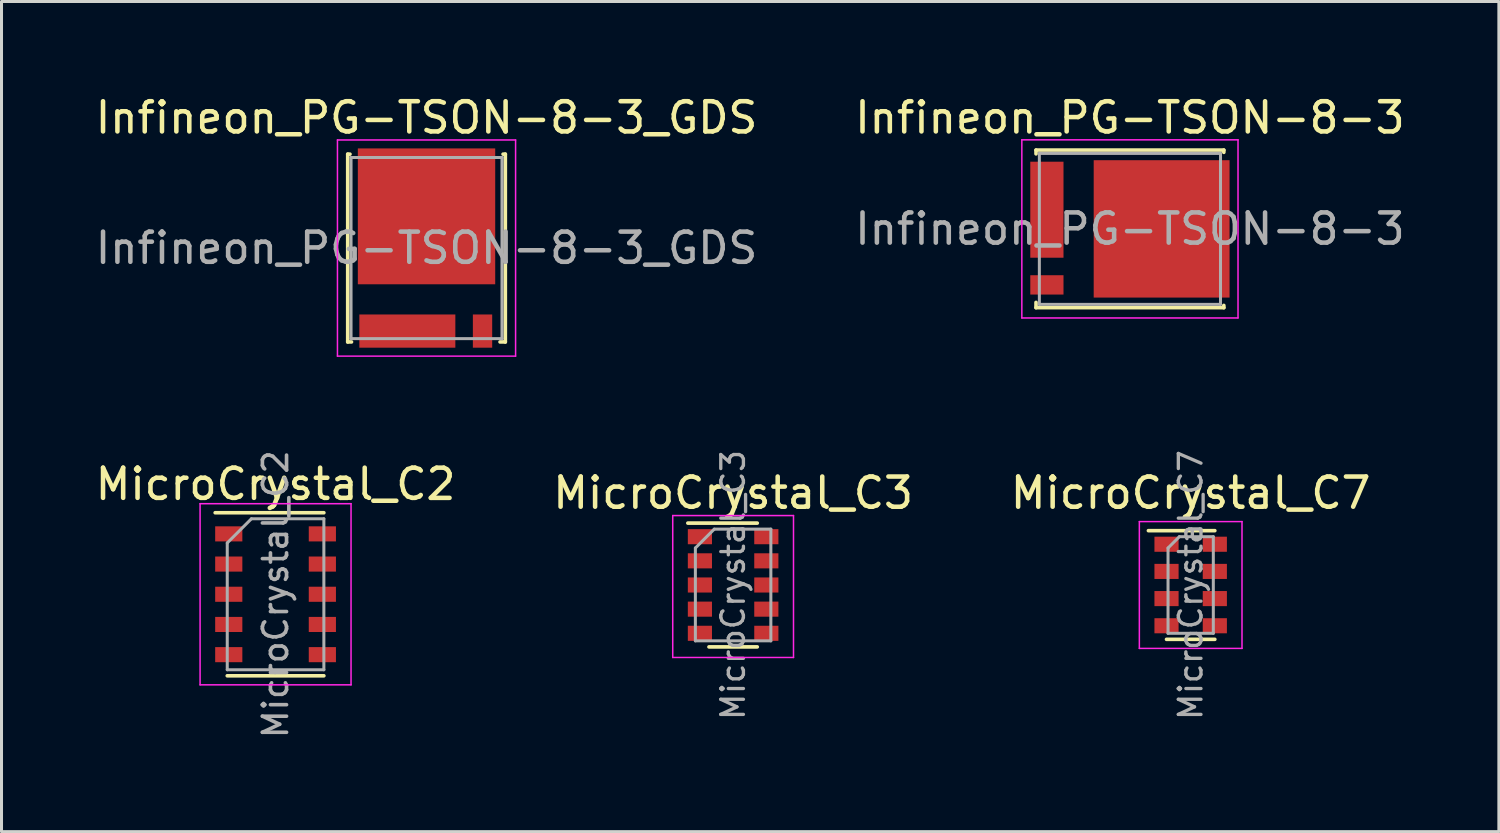
<source format=kicad_pcb>
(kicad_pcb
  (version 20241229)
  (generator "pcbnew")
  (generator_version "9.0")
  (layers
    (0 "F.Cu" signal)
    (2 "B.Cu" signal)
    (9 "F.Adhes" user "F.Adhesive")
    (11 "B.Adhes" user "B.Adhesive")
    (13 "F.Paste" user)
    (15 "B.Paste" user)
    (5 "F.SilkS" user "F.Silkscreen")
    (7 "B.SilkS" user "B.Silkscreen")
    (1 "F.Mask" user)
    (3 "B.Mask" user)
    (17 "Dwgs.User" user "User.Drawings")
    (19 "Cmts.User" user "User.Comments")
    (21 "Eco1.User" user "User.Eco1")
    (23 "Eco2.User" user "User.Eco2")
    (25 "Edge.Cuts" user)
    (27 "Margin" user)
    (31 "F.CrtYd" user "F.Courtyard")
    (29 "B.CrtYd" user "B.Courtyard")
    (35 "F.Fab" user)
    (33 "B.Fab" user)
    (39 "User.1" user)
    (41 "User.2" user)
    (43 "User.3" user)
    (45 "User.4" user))
  (footprint "MicroCrystal_C3"
    (layer "F.Cu")
    (at 21.232 16.326)
    (property "Reference" "MicroCrystal_C3" (at 0 -3.048 0) (layer "F.SilkS") (effects (font (size 1 1) (thickness 0.15))))
    (attr smd)
    (fp_line (start -0.8 2.05) (end 0.8 2.05) (stroke (width 0.12) (type solid)) (layer "F.SilkS"))
    (fp_line (start 0.8 -2.05) (end -1.5 -2.05) (stroke (width 0.12) (type solid)) (layer "F.SilkS"))
    (fp_line (start -2 -2.3) (end 2 -2.3) (stroke (width 0.05) (type solid)) (layer "F.CrtYd"))
    (fp_line (start -2 2.4) (end -2 -2.3) (stroke (width 0.05) (type solid)) (layer "F.CrtYd"))
    (fp_line (start 2 -2.3) (end 2 2.4) (stroke (width 0.05) (type solid)) (layer "F.CrtYd"))
    (fp_line (start 2 2.4) (end -2 2.4) (stroke (width 0.05) (type solid)) (layer "F.CrtYd"))
    (fp_line (start -1.25 -1.225) (end -1.25 1.85) (stroke (width 0.1) (type solid)) (layer "F.Fab"))
    (fp_line (start -1.25 -1.225) (end -0.625 -1.85) (stroke (width 0.1) (type solid)) (layer "F.Fab"))
    (fp_line (start -1.25 1.85) (end 1.25 1.85) (stroke (width 0.1) (type solid)) (layer "F.Fab"))
    (fp_line (start -0.625 -1.85) (end 1.25 -1.85) (stroke (width 0.1) (type solid)) (layer "F.Fab"))
    (fp_line (start 1.25 -1.85) (end 1.25 1.85) (stroke (width 0.1) (type solid)) (layer "F.Fab"))
    (fp_text user "${REFERENCE}" (at 0 0 90) (layer "F.Fab") (effects (font (size 0.75 0.75) (thickness 0.11))))
    (pad "1" smd rect (at -1.1 -1.6 270) (size 0.5 0.8) (layers "F.Cu" "F.Mask" "F.Paste"))
    (pad "2" smd rect (at -1.1 -0.8 270) (size 0.5 0.8) (layers "F.Cu" "F.Mask" "F.Paste"))
    (pad "3" smd rect (at -1.1 0 270) (size 0.5 0.8) (layers "F.Cu" "F.Mask" "F.Paste"))
    (pad "4" smd rect (at -1.1 0.8 270) (size 0.5 0.8) (layers "F.Cu" "F.Mask" "F.Paste"))
    (pad "5" smd rect (at -1.1 1.6 270) (size 0.5 0.8) (layers "F.Cu" "F.Mask" "F.Paste"))
    (pad "6" smd rect (at 1.1 1.6 270) (size 0.5 0.8) (layers "F.Cu" "F.Mask" "F.Paste"))
    (pad "7" smd rect (at 1.1 0.8 270) (size 0.5 0.8) (layers "F.Cu" "F.Mask" "F.Paste"))
    (pad "8" smd rect (at 1.1 0 270) (size 0.5 0.8) (layers "F.Cu" "F.Mask" "F.Paste"))
    (pad "9" smd rect (at 1.1 -0.8 270) (size 0.5 0.8) (layers "F.Cu" "F.Mask" "F.Paste"))
    (pad "10" smd rect (at 1.1 -1.6 270) (size 0.5 0.8) (layers "F.Cu" "F.Mask" "F.Paste")))
  (footprint "Infineon_PG-TSON-8-3_GDS"
    (layer "F.Cu")
    (at 11.077 5.166)
    (property "Reference" "Infineon_PG-TSON-8-3_GDS" (at 0 -4.318 0) (layer "F.SilkS") (effects (font (size 1 1) (thickness 0.15))))
    (attr smd)
    (fp_line (start -2.61 -3.11) (end -2.535 -3.11) (stroke (width 0.12) (type solid)) (layer "F.SilkS"))
    (fp_line (start -2.61 3.11) (end -2.61 -3.11) (stroke (width 0.12) (type solid)) (layer "F.SilkS"))
    (fp_line (start -2.485 3.11) (end -2.61 3.11) (stroke (width 0.12) (type solid)) (layer "F.SilkS"))
    (fp_line (start 2.61 -3.11) (end 2.535 -3.11) (stroke (width 0.12) (type solid)) (layer "F.SilkS"))
    (fp_line (start 2.61 -3.11) (end 2.61 3.11) (stroke (width 0.12) (type solid)) (layer "F.SilkS"))
    (fp_line (start 2.61 3.11) (end 2.435 3.11) (stroke (width 0.12) (type solid)) (layer "F.SilkS"))
    (fp_line (start -2.95 -3.58) (end 2.95 -3.58) (stroke (width 0.05) (type solid)) (layer "F.CrtYd"))
    (fp_line (start -2.95 3.58) (end -2.95 -3.58) (stroke (width 0.05) (type solid)) (layer "F.CrtYd"))
    (fp_line (start 2.95 -3.58) (end 2.95 3.58) (stroke (width 0.05) (type solid)) (layer "F.CrtYd"))
    (fp_line (start 2.95 3.58) (end -2.95 3.58) (stroke (width 0.05) (type solid)) (layer "F.CrtYd"))
    (fp_line (start -2.5 -3) (end -2.5 3) (stroke (width 0.1) (type solid)) (layer "F.Fab"))
    (fp_line (start -2.5 -3) (end 2.5 -3) (stroke (width 0.1) (type solid)) (layer "F.Fab"))
    (fp_line (start 2.5 -3) (end 2.5 3) (stroke (width 0.1) (type solid)) (layer "F.Fab"))
    (fp_line (start 2.5 3) (end -2.5 3) (stroke (width 0.1) (type solid)) (layer "F.Fab"))
    (fp_text user "${REFERENCE}" (at 0 0 0) (layer "F.Fab") (effects (font (size 1 1) (thickness 0.15))))
    (pad "" smd rect (at -1.905 -2.788) (size 0.44 0.825) (layers "F.Paste"))
    (pad "" smd rect (at -1.905 3.006) (size 0.44 0.388) (layers "F.Paste"))
    (pad "" smd rect (at -1.7 2.494) (size 0.85 0.388) (layers "F.Paste"))
    (pad "" smd rect (at -0.85 -1.5) (size 1.5 1.5) (layers "F.Paste"))
    (pad "" smd rect (at -0.85 0.2) (size 1.5 1.5) (layers "F.Paste"))
    (pad "" smd rect (at -0.635 -2.788) (size 0.44 0.825) (layers "F.Paste"))
    (pad "" smd rect (at -0.635 2.494) (size 0.85 0.388) (layers "F.Paste"))
    (pad "" smd rect (at -0.635 3.006) (size 0.44 0.388) (layers "F.Paste"))
    (pad "" smd rect (at 0.43 2.494) (size 0.85 0.388) (layers "F.Paste"))
    (pad "" smd rect (at 0.635 -2.788) (size 0.44 0.825) (layers "F.Paste"))
    (pad "" smd rect (at 0.635 3.006) (size 0.44 0.388) (layers "F.Paste"))
    (pad "" smd rect (at 0.85 -1.5) (size 1.5 1.5) (layers "F.Paste"))
    (pad "" smd rect (at 0.85 0.2) (size 1.5 1.5) (layers "F.Paste"))
    (pad "" smd rect (at 1.855 2.494) (size 0.44 0.388) (layers "F.Paste"))
    (pad "" smd rect (at 1.855 3.006) (size 0.44 0.388) (layers "F.Paste"))
    (pad "" smd rect (at 1.905 -2.788) (size 0.44 0.825) (layers "F.Paste"))
    (pad "D" smd rect (at 0 -1.05) (size 4.55 4.5) (layers "F.Cu" "F.Mask"))
    (pad "G" smd rect (at 1.855 2.75) (size 0.64 1.1) (layers "F.Cu" "F.Mask"))
    (pad "S" smd rect (at -0.635 2.75) (size 3.18 1.1) (layers "F.Cu" "F.Mask")))
  (footprint "MicroCrystal_C7"
    (layer "F.Cu")
    (at 36.387 16.326)
    (property "Reference" "MicroCrystal_C7" (at 0 -3.048 0) (layer "F.SilkS") (effects (font (size 1 1) (thickness 0.15))))
    (attr smd)
    (fp_line (start -0.8 1.8) (end 0.8 1.8) (stroke (width 0.12) (type solid)) (layer "F.SilkS"))
    (fp_line (start 0.8 -1.8) (end -1.4 -1.8) (stroke (width 0.12) (type solid)) (layer "F.SilkS"))
    (fp_line (start -1.7 -2.1) (end 1.7 -2.1) (stroke (width 0.05) (type solid)) (layer "F.CrtYd"))
    (fp_line (start -1.7 2.1) (end -1.7 -2.1) (stroke (width 0.05) (type solid)) (layer "F.CrtYd"))
    (fp_line (start 1.7 -2.1) (end 1.7 2.1) (stroke (width 0.05) (type solid)) (layer "F.CrtYd"))
    (fp_line (start 1.7 2.1) (end -1.7 2.1) (stroke (width 0.05) (type solid)) (layer "F.CrtYd"))
    (fp_line (start -0.75 -1.225) (end -0.75 1.6) (stroke (width 0.1) (type solid)) (layer "F.Fab"))
    (fp_line (start -0.75 -1.225) (end -0.375 -1.6) (stroke (width 0.1) (type solid)) (layer "F.Fab"))
    (fp_line (start -0.75 1.6) (end 0.75 1.6) (stroke (width 0.1) (type solid)) (layer "F.Fab"))
    (fp_line (start -0.375 -1.6) (end 0.75 -1.6) (stroke (width 0.1) (type solid)) (layer "F.Fab"))
    (fp_line (start 0.75 -1.6) (end 0.75 1.6) (stroke (width 0.1) (type solid)) (layer "F.Fab"))
    (fp_text user "${REFERENCE}" (at 0 0 90) (layer "F.Fab") (effects (font (size 0.75 0.75) (thickness 0.11))))
    (pad "1" smd rect (at -0.8 -1.35 270) (size 0.5 0.8) (layers "F.Cu" "F.Mask" "F.Paste"))
    (pad "2" smd rect (at -0.8 -0.45 270) (size 0.5 0.8) (layers "F.Cu" "F.Mask" "F.Paste"))
    (pad "3" smd rect (at -0.8 0.45 270) (size 0.5 0.8) (layers "F.Cu" "F.Mask" "F.Paste"))
    (pad "4" smd rect (at -0.8 1.35 270) (size 0.5 0.8) (layers "F.Cu" "F.Mask" "F.Paste"))
    (pad "5" smd rect (at 0.8 1.35 270) (size 0.5 0.8) (layers "F.Cu" "F.Mask" "F.Paste"))
    (pad "6" smd rect (at 0.8 0.45 270) (size 0.5 0.8) (layers "F.Cu" "F.Mask" "F.Paste"))
    (pad "7" smd rect (at 0.8 -0.45 270) (size 0.5 0.8) (layers "F.Cu" "F.Mask" "F.Paste"))
    (pad "8" smd rect (at 0.8 -1.35 270) (size 0.5 0.8) (layers "F.Cu" "F.Mask" "F.Paste")))
  (footprint "MicroCrystal_C2"
    (layer "F.Cu")
    (at 6.077 16.633)
    (property "Reference" "MicroCrystal_C2" (at 0 -3.648 0) (layer "F.SilkS") (effects (font (size 1 1) (thickness 0.15))))
    (attr smd)
    (fp_line (start -1.6 2.7) (end 1.6 2.7) (stroke (width 0.12) (type solid)) (layer "F.SilkS"))
    (fp_line (start 1.6 -2.7) (end -2 -2.7) (stroke (width 0.12) (type solid)) (layer "F.SilkS"))
    (fp_line (start -2.5 -3) (end 2.5 -3) (stroke (width 0.05) (type solid)) (layer "F.CrtYd"))
    (fp_line (start -2.5 3) (end -2.5 -3) (stroke (width 0.05) (type solid)) (layer "F.CrtYd"))
    (fp_line (start 2.5 -3) (end 2.5 3) (stroke (width 0.05) (type solid)) (layer "F.CrtYd"))
    (fp_line (start 2.5 3) (end -2.5 3) (stroke (width 0.05) (type solid)) (layer "F.CrtYd"))
    (fp_line (start -1.6 -1.7) (end -1.6 2.5) (stroke (width 0.1) (type solid)) (layer "F.Fab"))
    (fp_line (start -1.6 -1.7) (end -0.8 -2.5) (stroke (width 0.1) (type solid)) (layer "F.Fab"))
    (fp_line (start -1.6 2.5) (end 1.6 2.5) (stroke (width 0.1) (type solid)) (layer "F.Fab"))
    (fp_line (start -0.8 -2.5) (end 1.6 -2.5) (stroke (width 0.1) (type solid)) (layer "F.Fab"))
    (fp_line (start 1.6 -2.5) (end 1.6 2.5) (stroke (width 0.1) (type solid)) (layer "F.Fab"))
    (fp_text user "${REFERENCE}" (at 0 0 90) (layer "F.Fab") (effects (font (size 0.8 0.8) (thickness 0.12))))
    (pad "1" smd rect (at -1.55 -2 270) (size 0.5 0.9) (layers "F.Cu" "F.Mask" "F.Paste"))
    (pad "2" smd rect (at -1.55 -1 270) (size 0.5 0.9) (layers "F.Cu" "F.Mask" "F.Paste"))
    (pad "3" smd rect (at -1.55 0 270) (size 0.5 0.9) (layers "F.Cu" "F.Mask" "F.Paste"))
    (pad "4" smd rect (at -1.55 1 270) (size 0.5 0.9) (layers "F.Cu" "F.Mask" "F.Paste"))
    (pad "5" smd rect (at -1.55 2 270) (size 0.5 0.9) (layers "F.Cu" "F.Mask" "F.Paste"))
    (pad "6" smd rect (at 1.55 2 270) (size 0.5 0.9) (layers "F.Cu" "F.Mask" "F.Paste"))
    (pad "7" smd rect (at 1.55 1 270) (size 0.5 0.9) (layers "F.Cu" "F.Mask" "F.Paste"))
    (pad "8" smd rect (at 1.55 0 270) (size 0.5 0.9) (layers "F.Cu" "F.Mask" "F.Paste"))
    (pad "9" smd rect (at 1.55 -1 270) (size 0.5 0.9) (layers "F.Cu" "F.Mask" "F.Paste"))
    (pad "10" smd rect (at 1.55 -2 270) (size 0.5 0.9) (layers "F.Cu" "F.Mask" "F.Paste")))
  (footprint "Infineon_PG-TSON-8-3"
    (layer "F.Cu")
    (at 34.375 4.531)
    (property "Reference" "Infineon_PG-TSON-8-3" (at 0 -3.683 0) (layer "F.SilkS") (effects (font (size 1 1) (thickness 0.15))))
    (attr smd)
    (fp_line (start -3.11 -2.61) (end 3.11 -2.61) (stroke (width 0.12) (type solid)) (layer "F.SilkS"))
    (fp_line (start -3.11 -2.485) (end -3.11 -2.61) (stroke (width 0.12) (type solid)) (layer "F.SilkS"))
    (fp_line (start -3.11 2.61) (end -3.11 2.435) (stroke (width 0.12) (type solid)) (layer "F.SilkS"))
    (fp_line (start 3.11 -2.61) (end 3.11 -2.535) (stroke (width 0.12) (type solid)) (layer "F.SilkS"))
    (fp_line (start 3.11 2.61) (end -3.11 2.61) (stroke (width 0.12) (type solid)) (layer "F.SilkS"))
    (fp_line (start 3.11 2.61) (end 3.11 2.535) (stroke (width 0.12) (type solid)) (layer "F.SilkS"))
    (fp_line (start -3.58 -2.95) (end 3.58 -2.95) (stroke (width 0.05) (type solid)) (layer "F.CrtYd"))
    (fp_line (start -3.58 2.95) (end -3.58 -2.95) (stroke (width 0.05) (type solid)) (layer "F.CrtYd"))
    (fp_line (start 3.58 -2.95) (end 3.58 2.95) (stroke (width 0.05) (type solid)) (layer "F.CrtYd"))
    (fp_line (start 3.58 2.95) (end -3.58 2.95) (stroke (width 0.05) (type solid)) (layer "F.CrtYd"))
    (fp_line (start -3 2.5) (end -3 -2.5) (stroke (width 0.1) (type solid)) (layer "F.Fab"))
    (fp_line (start 3 -2.5) (end -3 -2.5) (stroke (width 0.1) (type solid)) (layer "F.Fab"))
    (fp_line (start 3 -2.5) (end 3 2.5) (stroke (width 0.1) (type solid)) (layer "F.Fab"))
    (fp_line (start 3 2.5) (end -3 2.5) (stroke (width 0.1) (type solid)) (layer "F.Fab"))
    (fp_text user "${REFERENCE}" (at 0 0 0) (layer "F.Fab") (effects (font (size 1 1) (thickness 0.15))))
    (pad "" smd rect (at -3.006 -1.905 270) (size 0.44 0.388) (layers "F.Paste"))
    (pad "" smd rect (at -3.006 -0.635 270) (size 0.44 0.388) (layers "F.Paste"))
    (pad "" smd rect (at -3.006 0.635 270) (size 0.44 0.388) (layers "F.Paste"))
    (pad "" smd rect (at -3.006 1.855 270) (size 0.44 0.388) (layers "F.Paste"))
    (pad "" smd rect (at -2.494 -1.7 270) (size 0.85 0.388) (layers "F.Paste"))
    (pad "" smd rect (at -2.494 -0.635 270) (size 0.85 0.388) (layers "F.Paste"))
    (pad "" smd rect (at -2.494 0.43 270) (size 0.85 0.388) (layers "F.Paste"))
    (pad "" smd rect (at -2.494 1.855 270) (size 0.44 0.388) (layers "F.Paste"))
    (pad "" smd rect (at -0.2 -0.85 270) (size 1.5 1.5) (layers "F.Paste"))
    (pad "" smd rect (at -0.2 0.85 270) (size 1.5 1.5) (layers "F.Paste"))
    (pad "" smd rect (at 1.5 -0.85 270) (size 1.5 1.5) (layers "F.Paste"))
    (pad "" smd rect (at 1.5 0.85 270) (size 1.5 1.5) (layers "F.Paste"))
    (pad "" smd rect (at 2.788 -1.905 270) (size 0.44 0.825) (layers "F.Paste"))
    (pad "" smd rect (at 2.788 -0.635 270) (size 0.44 0.825) (layers "F.Paste"))
    (pad "" smd rect (at 2.788 0.635 270) (size 0.44 0.825) (layers "F.Paste"))
    (pad "" smd rect (at 2.788 1.905 270) (size 0.44 0.825) (layers "F.Paste"))
    (pad "1" smd rect (at -2.75 -0.635 270) (size 3.18 1.1) (layers "F.Cu" "F.Mask"))
    (pad "4" smd rect (at -2.75 1.855 270) (size 0.64 1.1) (layers "F.Cu" "F.Mask"))
    (pad "5" smd rect (at 1.05 0 270) (size 4.55 4.5) (layers "F.Cu" "F.Mask")))
  (gr_rect
    (start -3 -3)
    (end 46.595 24.495)
    (stroke (width 0.1) (type default))
    (fill no)
    (layer "Edge.Cuts")))
</source>
